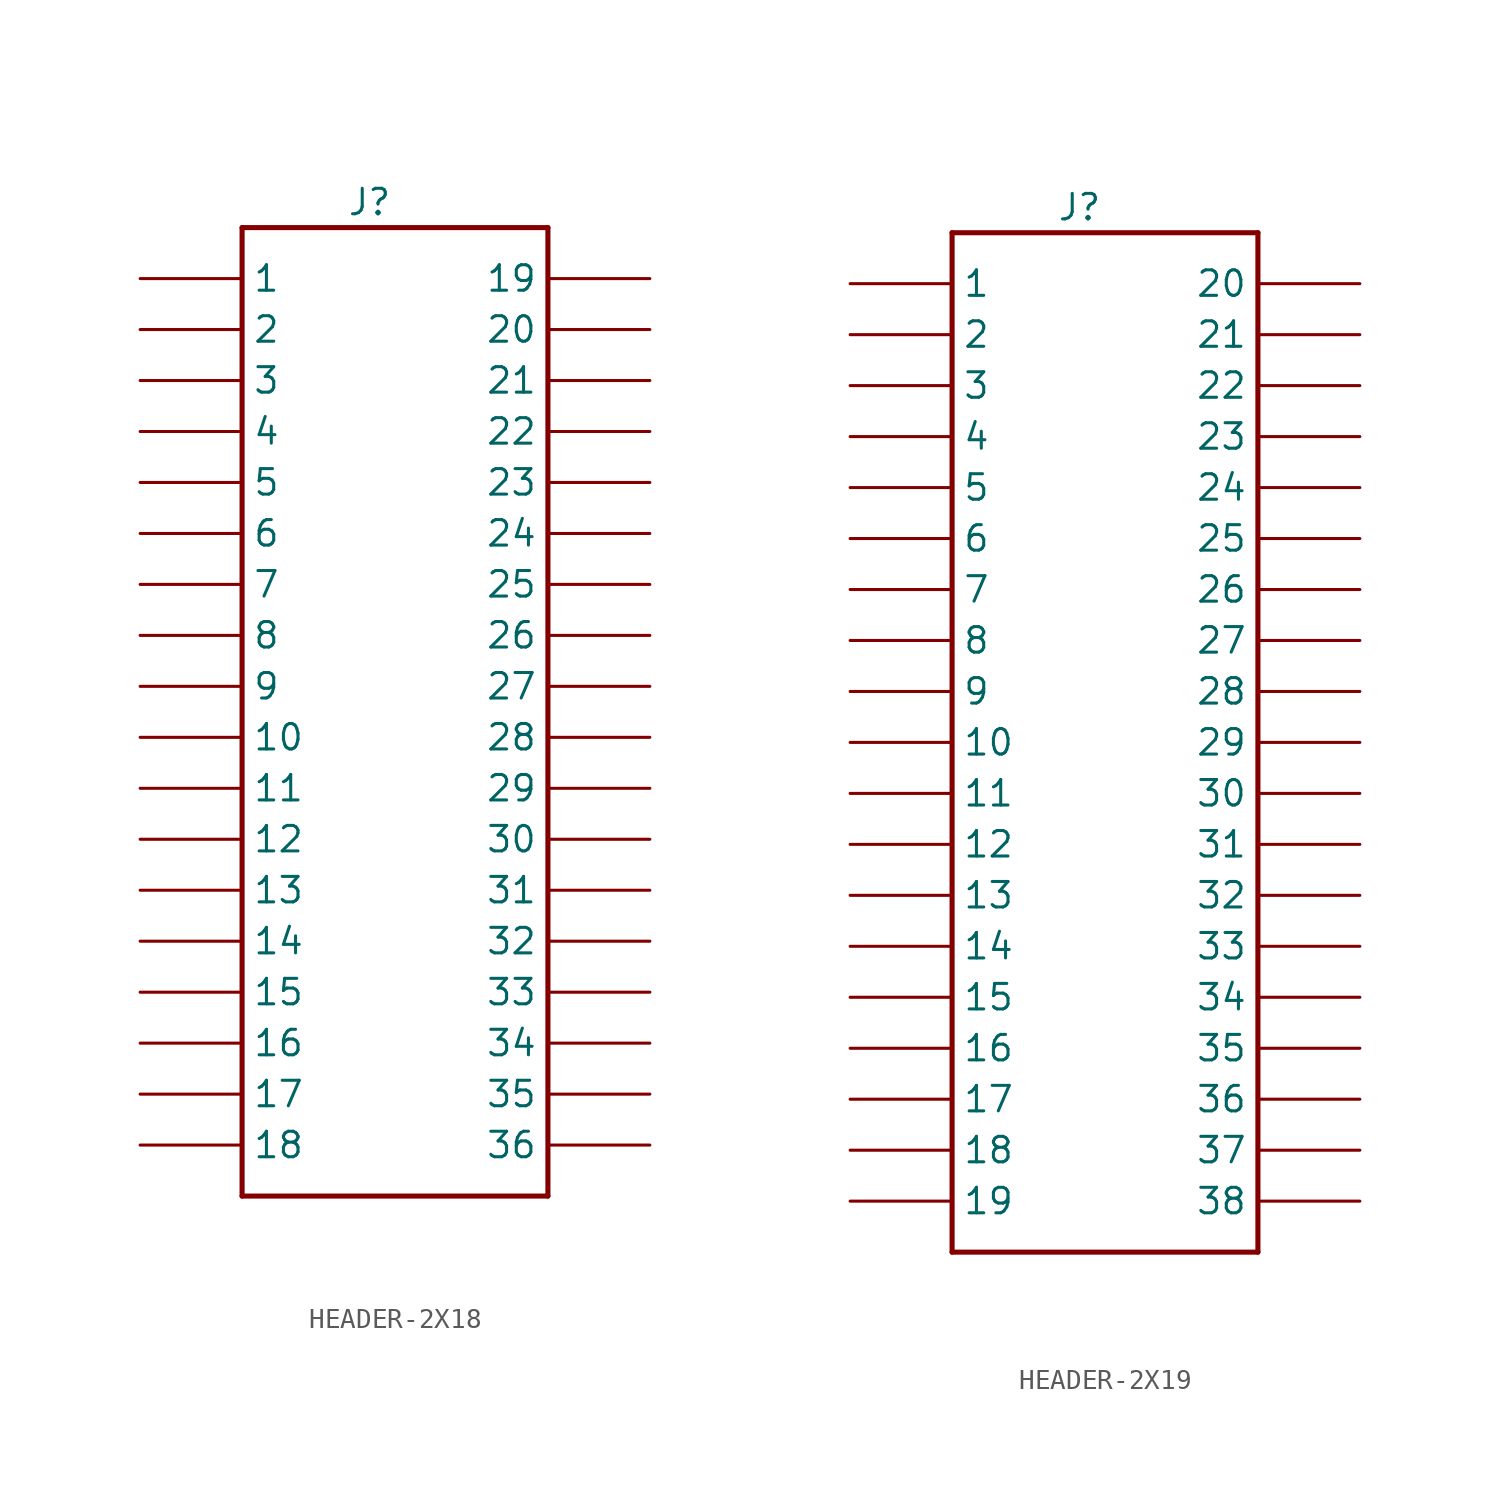
<source format=kicad_sym>
(kicad_symbol_lib
  (version 20220914)
  (generator kicad_symbol_editor)
  (symbol "HEADER-2X18"
    (pin_numbers hide)
    (property "Reference" "J"
      (at -1.27 26.67 0)
      (effects (font (size 1.27 1.27))))
    (symbol "HEADER-2X18_1_0"
      (polyline (pts (xy -7.62 -22.86) (xy -7.62 25.4)) (stroke (width 0.254) (type solid)) (fill (type none)))
      (polyline (pts (xy -7.62 25.4) (xy 7.62 25.4)) (stroke (width 0.254) (type solid)) (fill (type none)))
      (polyline (pts (xy 7.62 -22.86) (xy -7.62 -22.86)) (stroke (width 0.254) (type solid)) (fill (type none)))
      (polyline (pts (xy 7.62 25.4) (xy 7.62 -22.86)) (stroke (width 0.254) (type solid)) (fill (type none)))
      (pin bidirectional line (at -12.7 22.86 0) (length 5.08) (name "1" (effects (font (size 1.27 1.27)))) (number "1" (effects (font (size 1.27 1.27)))))
      (pin bidirectional line (at -12.7 0 0) (length 5.08) (name "10" (effects (font (size 1.27 1.27)))) (number "10" (effects (font (size 1.27 1.27)))))
      (pin bidirectional line (at -12.7 -2.54 0) (length 5.08) (name "11" (effects (font (size 1.27 1.27)))) (number "11" (effects (font (size 1.27 1.27)))))
      (pin bidirectional line (at -12.7 -5.08 0) (length 5.08) (name "12" (effects (font (size 1.27 1.27)))) (number "12" (effects (font (size 1.27 1.27)))))
      (pin bidirectional line (at -12.7 -7.62 0) (length 5.08) (name "13" (effects (font (size 1.27 1.27)))) (number "13" (effects (font (size 1.27 1.27)))))
      (pin bidirectional line (at -12.7 -10.16 0) (length 5.08) (name "14" (effects (font (size 1.27 1.27)))) (number "14" (effects (font (size 1.27 1.27)))))
      (pin bidirectional line (at -12.7 -12.7 0) (length 5.08) (name "15" (effects (font (size 1.27 1.27)))) (number "15" (effects (font (size 1.27 1.27)))))
      (pin bidirectional line (at -12.7 -15.24 0) (length 5.08) (name "16" (effects (font (size 1.27 1.27)))) (number "16" (effects (font (size 1.27 1.27)))))
      (pin bidirectional line (at -12.7 -17.78 0) (length 5.08) (name "17" (effects (font (size 1.27 1.27)))) (number "17" (effects (font (size 1.27 1.27)))))
      (pin bidirectional line (at -12.7 -20.32 0) (length 5.08) (name "18" (effects (font (size 1.27 1.27)))) (number "18" (effects (font (size 1.27 1.27)))))
      (pin bidirectional line (at 12.7 22.86 180) (length 5.08) (name "19" (effects (font (size 1.27 1.27)))) (number "19" (effects (font (size 1.27 1.27)))))
      (pin bidirectional line (at -12.7 20.32 0) (length 5.08) (name "2" (effects (font (size 1.27 1.27)))) (number "2" (effects (font (size 1.27 1.27)))))
      (pin bidirectional line (at 12.7 20.32 180) (length 5.08) (name "20" (effects (font (size 1.27 1.27)))) (number "20" (effects (font (size 1.27 1.27)))))
      (pin bidirectional line (at 12.7 17.78 180) (length 5.08) (name "21" (effects (font (size 1.27 1.27)))) (number "21" (effects (font (size 1.27 1.27)))))
      (pin bidirectional line (at 12.7 15.24 180) (length 5.08) (name "22" (effects (font (size 1.27 1.27)))) (number "22" (effects (font (size 1.27 1.27)))))
      (pin bidirectional line (at 12.7 12.7 180) (length 5.08) (name "23" (effects (font (size 1.27 1.27)))) (number "23" (effects (font (size 1.27 1.27)))))
      (pin bidirectional line (at 12.7 10.16 180) (length 5.08) (name "24" (effects (font (size 1.27 1.27)))) (number "24" (effects (font (size 1.27 1.27)))))
      (pin bidirectional line (at 12.7 7.62 180) (length 5.08) (name "25" (effects (font (size 1.27 1.27)))) (number "25" (effects (font (size 1.27 1.27)))))
      (pin bidirectional line (at 12.7 5.08 180) (length 5.08) (name "26" (effects (font (size 1.27 1.27)))) (number "26" (effects (font (size 1.27 1.27)))))
      (pin bidirectional line (at 12.7 2.54 180) (length 5.08) (name "27" (effects (font (size 1.27 1.27)))) (number "27" (effects (font (size 1.27 1.27)))))
      (pin bidirectional line (at 12.7 0 180) (length 5.08) (name "28" (effects (font (size 1.27 1.27)))) (number "28" (effects (font (size 1.27 1.27)))))
      (pin bidirectional line (at 12.7 -2.54 180) (length 5.08) (name "29" (effects (font (size 1.27 1.27)))) (number "29" (effects (font (size 1.27 1.27)))))
      (pin bidirectional line (at -12.7 17.78 0) (length 5.08) (name "3" (effects (font (size 1.27 1.27)))) (number "3" (effects (font (size 1.27 1.27)))))
      (pin bidirectional line (at 12.7 -5.08 180) (length 5.08) (name "30" (effects (font (size 1.27 1.27)))) (number "30" (effects (font (size 1.27 1.27)))))
      (pin bidirectional line (at 12.7 -7.62 180) (length 5.08) (name "31" (effects (font (size 1.27 1.27)))) (number "31" (effects (font (size 1.27 1.27)))))
      (pin bidirectional line (at 12.7 -10.16 180) (length 5.08) (name "32" (effects (font (size 1.27 1.27)))) (number "32" (effects (font (size 1.27 1.27)))))
      (pin bidirectional line (at 12.7 -12.7 180) (length 5.08) (name "33" (effects (font (size 1.27 1.27)))) (number "33" (effects (font (size 1.27 1.27)))))
      (pin bidirectional line (at 12.7 -15.24 180) (length 5.08) (name "34" (effects (font (size 1.27 1.27)))) (number "34" (effects (font (size 1.27 1.27)))))
      (pin bidirectional line (at 12.7 -17.78 180) (length 5.08) (name "35" (effects (font (size 1.27 1.27)))) (number "35" (effects (font (size 1.27 1.27)))))
      (pin bidirectional line (at 12.7 -20.32 180) (length 5.08) (name "36" (effects (font (size 1.27 1.27)))) (number "36" (effects (font (size 1.27 1.27)))))
      (pin bidirectional line (at -12.7 15.24 0) (length 5.08) (name "4" (effects (font (size 1.27 1.27)))) (number "4" (effects (font (size 1.27 1.27)))))
      (pin bidirectional line (at -12.7 12.7 0) (length 5.08) (name "5" (effects (font (size 1.27 1.27)))) (number "5" (effects (font (size 1.27 1.27)))))
      (pin bidirectional line (at -12.7 10.16 0) (length 5.08) (name "6" (effects (font (size 1.27 1.27)))) (number "6" (effects (font (size 1.27 1.27)))))
      (pin bidirectional line (at -12.7 7.62 0) (length 5.08) (name "7" (effects (font (size 1.27 1.27)))) (number "7" (effects (font (size 1.27 1.27)))))
      (pin bidirectional line (at -12.7 5.08 0) (length 5.08) (name "8" (effects (font (size 1.27 1.27)))) (number "8" (effects (font (size 1.27 1.27)))))
      (pin bidirectional line (at -12.7 2.54 0) (length 5.08) (name "9" (effects (font (size 1.27 1.27)))) (number "9" (effects (font (size 1.27 1.27)))))))
  (symbol "HEADER-2X19"
    (pin_numbers hide)
    (property "Reference" "J"
      (at -1.27 26.67 0)
      (effects (font (size 1.27 1.27))))
    (symbol "HEADER-2X19_1_0"
      (polyline (pts (xy -7.62 -25.4) (xy -7.62 25.4)) (stroke (width 0.254) (type solid)) (fill (type none)))
      (polyline (pts (xy -7.62 25.4) (xy 7.62 25.4)) (stroke (width 0.254) (type solid)) (fill (type none)))
      (polyline (pts (xy 7.62 -25.4) (xy -7.62 -25.4)) (stroke (width 0.254) (type solid)) (fill (type none)))
      (polyline (pts (xy 7.62 25.4) (xy 7.62 -25.4)) (stroke (width 0.254) (type solid)) (fill (type none)))
      (pin bidirectional line (at -12.7 22.86 0) (length 5.08) (name "1" (effects (font (size 1.27 1.27)))) (number "1" (effects (font (size 1.27 1.27)))))
      (pin bidirectional line (at -12.7 0 0) (length 5.08) (name "10" (effects (font (size 1.27 1.27)))) (number "10" (effects (font (size 1.27 1.27)))))
      (pin bidirectional line (at -12.7 -2.54 0) (length 5.08) (name "11" (effects (font (size 1.27 1.27)))) (number "11" (effects (font (size 1.27 1.27)))))
      (pin bidirectional line (at -12.7 -5.08 0) (length 5.08) (name "12" (effects (font (size 1.27 1.27)))) (number "12" (effects (font (size 1.27 1.27)))))
      (pin bidirectional line (at -12.7 -7.62 0) (length 5.08) (name "13" (effects (font (size 1.27 1.27)))) (number "13" (effects (font (size 1.27 1.27)))))
      (pin bidirectional line (at -12.7 -10.16 0) (length 5.08) (name "14" (effects (font (size 1.27 1.27)))) (number "14" (effects (font (size 1.27 1.27)))))
      (pin bidirectional line (at -12.7 -12.7 0) (length 5.08) (name "15" (effects (font (size 1.27 1.27)))) (number "15" (effects (font (size 1.27 1.27)))))
      (pin bidirectional line (at -12.7 -15.24 0) (length 5.08) (name "16" (effects (font (size 1.27 1.27)))) (number "16" (effects (font (size 1.27 1.27)))))
      (pin bidirectional line (at -12.7 -17.78 0) (length 5.08) (name "17" (effects (font (size 1.27 1.27)))) (number "17" (effects (font (size 1.27 1.27)))))
      (pin bidirectional line (at -12.7 -20.32 0) (length 5.08) (name "18" (effects (font (size 1.27 1.27)))) (number "18" (effects (font (size 1.27 1.27)))))
      (pin bidirectional line (at -12.7 -22.86 0) (length 5.08) (name "19" (effects (font (size 1.27 1.27)))) (number "19" (effects (font (size 1.27 1.27)))))
      (pin bidirectional line (at -12.7 20.32 0) (length 5.08) (name "2" (effects (font (size 1.27 1.27)))) (number "2" (effects (font (size 1.27 1.27)))))
      (pin bidirectional line (at 12.7 22.86 180) (length 5.08) (name "20" (effects (font (size 1.27 1.27)))) (number "20" (effects (font (size 1.27 1.27)))))
      (pin bidirectional line (at 12.7 20.32 180) (length 5.08) (name "21" (effects (font (size 1.27 1.27)))) (number "21" (effects (font (size 1.27 1.27)))))
      (pin bidirectional line (at 12.7 17.78 180) (length 5.08) (name "22" (effects (font (size 1.27 1.27)))) (number "22" (effects (font (size 1.27 1.27)))))
      (pin bidirectional line (at 12.7 15.24 180) (length 5.08) (name "23" (effects (font (size 1.27 1.27)))) (number "23" (effects (font (size 1.27 1.27)))))
      (pin bidirectional line (at 12.7 12.7 180) (length 5.08) (name "24" (effects (font (size 1.27 1.27)))) (number "24" (effects (font (size 1.27 1.27)))))
      (pin bidirectional line (at 12.7 10.16 180) (length 5.08) (name "25" (effects (font (size 1.27 1.27)))) (number "25" (effects (font (size 1.27 1.27)))))
      (pin bidirectional line (at 12.7 7.62 180) (length 5.08) (name "26" (effects (font (size 1.27 1.27)))) (number "26" (effects (font (size 1.27 1.27)))))
      (pin bidirectional line (at 12.7 5.08 180) (length 5.08) (name "27" (effects (font (size 1.27 1.27)))) (number "27" (effects (font (size 1.27 1.27)))))
      (pin bidirectional line (at 12.7 2.54 180) (length 5.08) (name "28" (effects (font (size 1.27 1.27)))) (number "28" (effects (font (size 1.27 1.27)))))
      (pin bidirectional line (at 12.7 0 180) (length 5.08) (name "29" (effects (font (size 1.27 1.27)))) (number "29" (effects (font (size 1.27 1.27)))))
      (pin bidirectional line (at -12.7 17.78 0) (length 5.08) (name "3" (effects (font (size 1.27 1.27)))) (number "3" (effects (font (size 1.27 1.27)))))
      (pin bidirectional line (at 12.7 -2.54 180) (length 5.08) (name "30" (effects (font (size 1.27 1.27)))) (number "30" (effects (font (size 1.27 1.27)))))
      (pin bidirectional line (at 12.7 -5.08 180) (length 5.08) (name "31" (effects (font (size 1.27 1.27)))) (number "31" (effects (font (size 1.27 1.27)))))
      (pin bidirectional line (at 12.7 -7.62 180) (length 5.08) (name "32" (effects (font (size 1.27 1.27)))) (number "32" (effects (font (size 1.27 1.27)))))
      (pin bidirectional line (at 12.7 -10.16 180) (length 5.08) (name "33" (effects (font (size 1.27 1.27)))) (number "33" (effects (font (size 1.27 1.27)))))
      (pin bidirectional line (at 12.7 -12.7 180) (length 5.08) (name "34" (effects (font (size 1.27 1.27)))) (number "34" (effects (font (size 1.27 1.27)))))
      (pin bidirectional line (at 12.7 -15.24 180) (length 5.08) (name "35" (effects (font (size 1.27 1.27)))) (number "35" (effects (font (size 1.27 1.27)))))
      (pin bidirectional line (at 12.7 -17.78 180) (length 5.08) (name "36" (effects (font (size 1.27 1.27)))) (number "36" (effects (font (size 1.27 1.27)))))
      (pin bidirectional line (at 12.7 -20.32 180) (length 5.08) (name "37" (effects (font (size 1.27 1.27)))) (number "37" (effects (font (size 1.27 1.27)))))
      (pin bidirectional line (at 12.7 -22.86 180) (length 5.08) (name "38" (effects (font (size 1.27 1.27)))) (number "38" (effects (font (size 1.27 1.27)))))
      (pin bidirectional line (at -12.7 15.24 0) (length 5.08) (name "4" (effects (font (size 1.27 1.27)))) (number "4" (effects (font (size 1.27 1.27)))))
      (pin bidirectional line (at -12.7 12.7 0) (length 5.08) (name "5" (effects (font (size 1.27 1.27)))) (number "5" (effects (font (size 1.27 1.27)))))
      (pin bidirectional line (at -12.7 10.16 0) (length 5.08) (name "6" (effects (font (size 1.27 1.27)))) (number "6" (effects (font (size 1.27 1.27)))))
      (pin bidirectional line (at -12.7 7.62 0) (length 5.08) (name "7" (effects (font (size 1.27 1.27)))) (number "7" (effects (font (size 1.27 1.27)))))
      (pin bidirectional line (at -12.7 5.08 0) (length 5.08) (name "8" (effects (font (size 1.27 1.27)))) (number "8" (effects (font (size 1.27 1.27)))))
      (pin bidirectional line (at -12.7 2.54 0) (length 5.08) (name "9" (effects (font (size 1.27 1.27)))) (number "9" (effects (font (size 1.27 1.27))))))))
</source>
